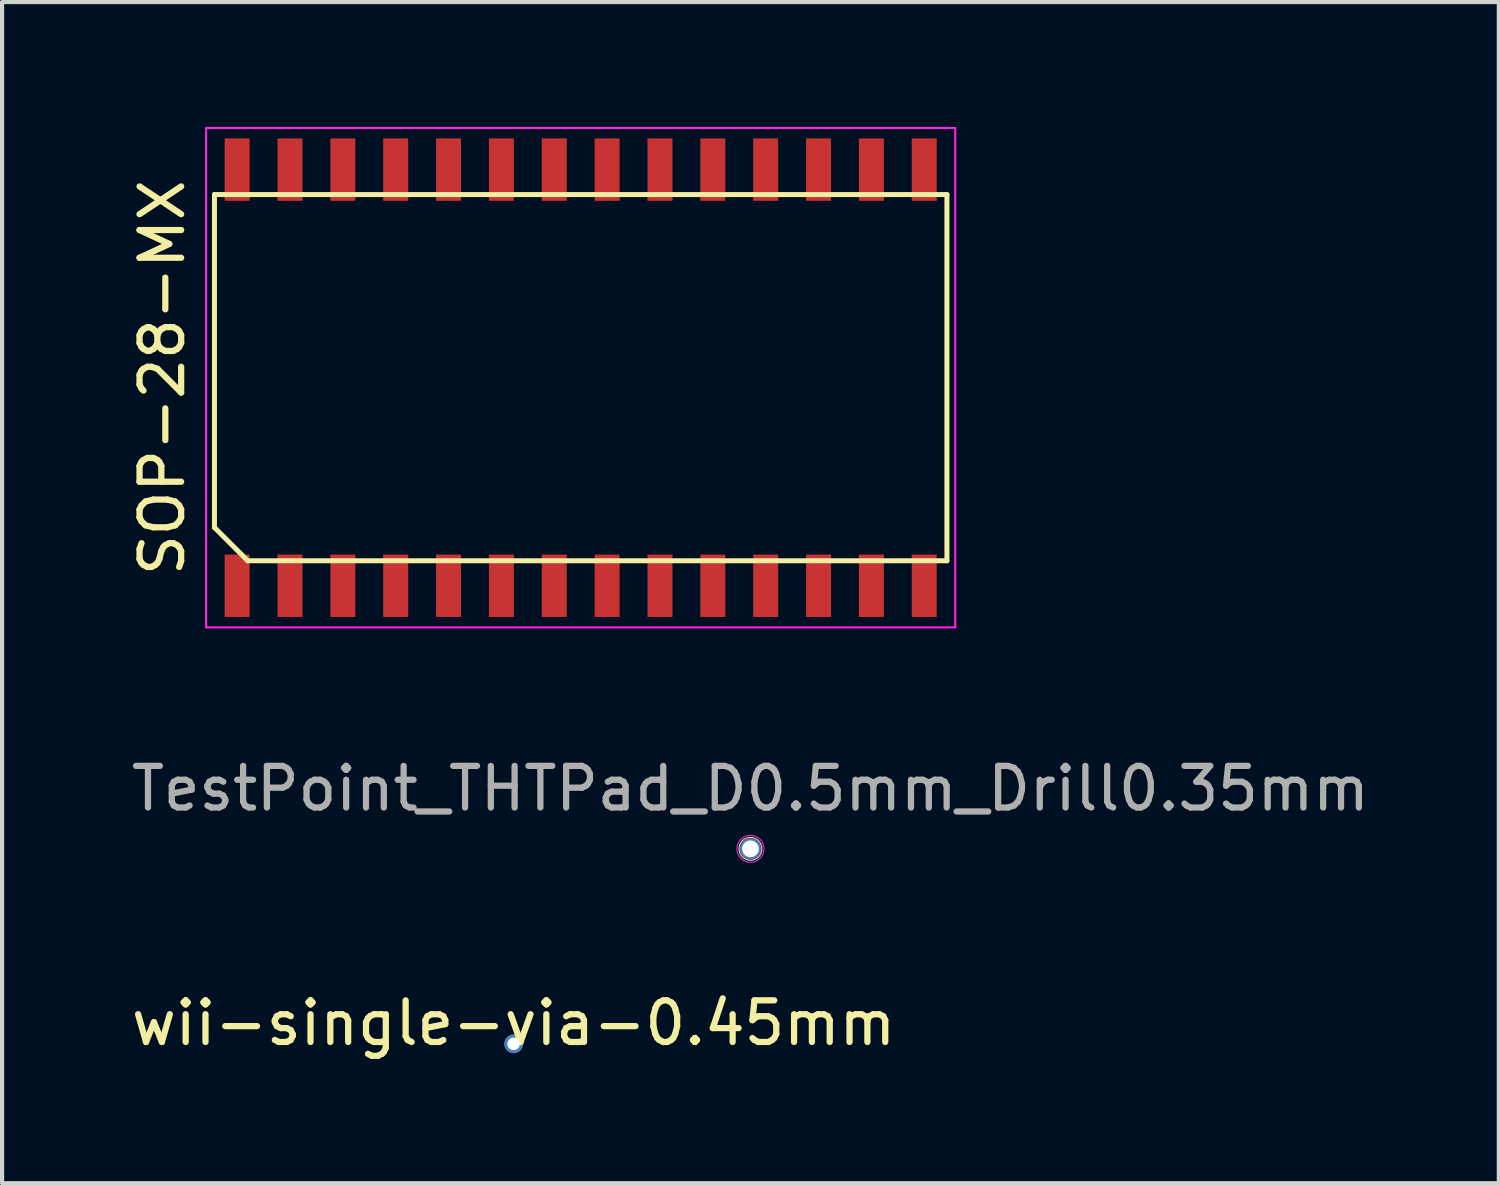
<source format=kicad_pcb>
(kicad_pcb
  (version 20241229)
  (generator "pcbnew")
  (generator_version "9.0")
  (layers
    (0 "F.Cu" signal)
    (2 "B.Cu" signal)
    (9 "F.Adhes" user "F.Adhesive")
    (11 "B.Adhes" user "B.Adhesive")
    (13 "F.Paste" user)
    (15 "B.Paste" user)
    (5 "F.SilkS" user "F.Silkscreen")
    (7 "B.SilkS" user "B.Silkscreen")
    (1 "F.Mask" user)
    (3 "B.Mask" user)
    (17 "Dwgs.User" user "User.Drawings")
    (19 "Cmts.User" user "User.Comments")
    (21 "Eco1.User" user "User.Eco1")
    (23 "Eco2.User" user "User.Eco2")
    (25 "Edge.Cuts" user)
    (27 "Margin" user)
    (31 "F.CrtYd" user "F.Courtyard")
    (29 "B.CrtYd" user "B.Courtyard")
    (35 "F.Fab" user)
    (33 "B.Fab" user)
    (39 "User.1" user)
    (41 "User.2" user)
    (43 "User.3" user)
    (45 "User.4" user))
  (footprint "wii-single-via-0.45mm"
    (layer "F.Cu")
    (at 9.292 22.032)
    (property "Reference" "wii-single-via-0.45mm" (at 0 -0.5 0) (unlocked yes) (layer "F.SilkS") (effects (font (size 1 1) (thickness 0.15))))
    (pad "1" thru_hole circle (at 0 0 270) (size 0.45 0.45) (drill 0.3) (layers "*.Cu" "*.Mask")))
  (footprint "SOP-28-MX"
    (layer "F.Cu")
    (at 10.903 6.025)
    (property "Reference" "SOP-28-MX" (at -10.055 0 90) (layer "F.SilkS") (effects (font (size 1 1) (thickness 0.15))))
    (attr smd)
    (fp_line (start -8.8 -4.4) (end 8.8 -4.4) (stroke (width 0.12) (type default)) (layer "F.SilkS"))
    (fp_line (start -8.8 3.6) (end -8.8 -4.4) (stroke (width 0.12) (type default)) (layer "F.SilkS"))
    (fp_line (start -8 4.4) (end -8.8 3.6) (stroke (width 0.12) (type default)) (layer "F.SilkS"))
    (fp_line (start 8.8 -4.4) (end 8.8 4.4) (stroke (width 0.12) (type default)) (layer "F.SilkS"))
    (fp_line (start 8.8 4.4) (end -8 4.4) (stroke (width 0.12) (type default)) (layer "F.SilkS"))
    (fp_line (start -9 -6) (end 9 -6) (stroke (width 0.05) (type default)) (layer "F.CrtYd"))
    (fp_line (start -9 6) (end -9 -6) (stroke (width 0.05) (type default)) (layer "F.CrtYd"))
    (fp_line (start 9 -6) (end 9 6) (stroke (width 0.05) (type default)) (layer "F.CrtYd"))
    (fp_line (start 9 6) (end -9 6) (stroke (width 0.05) (type default)) (layer "F.CrtYd"))
    (pad "1" smd rect (at -8.255 5) (size 0.6 1.5) (layers "F.Cu" "F.Mask" "F.Paste"))
    (pad "2" smd rect (at -6.985 5) (size 0.6 1.5) (layers "F.Cu" "F.Mask" "F.Paste"))
    (pad "3" smd rect (at -5.715 5) (size 0.6 1.5) (layers "F.Cu" "F.Mask" "F.Paste"))
    (pad "4" smd rect (at -4.445 5) (size 0.6 1.5) (layers "F.Cu" "F.Mask" "F.Paste"))
    (pad "5" smd rect (at -3.175 5) (size 0.6 1.5) (layers "F.Cu" "F.Mask" "F.Paste"))
    (pad "6" smd rect (at -1.905 5) (size 0.6 1.5) (layers "F.Cu" "F.Mask" "F.Paste"))
    (pad "7" smd rect (at -0.635 5) (size 0.6 1.5) (layers "F.Cu" "F.Mask" "F.Paste"))
    (pad "8" smd rect (at 0.635 5) (size 0.6 1.5) (layers "F.Cu" "F.Mask" "F.Paste"))
    (pad "9" smd rect (at 1.905 5) (size 0.6 1.5) (layers "F.Cu" "F.Mask" "F.Paste"))
    (pad "10" smd rect (at 3.175 5) (size 0.6 1.5) (layers "F.Cu" "F.Mask" "F.Paste"))
    (pad "11" smd rect (at 4.445 5) (size 0.6 1.5) (layers "F.Cu" "F.Mask" "F.Paste"))
    (pad "12" smd rect (at 5.715 5) (size 0.6 1.5) (layers "F.Cu" "F.Mask" "F.Paste"))
    (pad "13" smd rect (at 6.985 5) (size 0.6 1.5) (layers "F.Cu" "F.Mask" "F.Paste"))
    (pad "14" smd rect (at 8.255 5) (size 0.6 1.5) (layers "F.Cu" "F.Mask" "F.Paste"))
    (pad "15" smd rect (at 8.255 -5) (size 0.6 1.5) (layers "F.Cu" "F.Mask" "F.Paste"))
    (pad "16" smd rect (at 6.985 -5) (size 0.6 1.5) (layers "F.Cu" "F.Mask" "F.Paste"))
    (pad "17" smd rect (at 5.715 -5) (size 0.6 1.5) (layers "F.Cu" "F.Mask" "F.Paste"))
    (pad "18" smd rect (at 4.445 -5) (size 0.6 1.5) (layers "F.Cu" "F.Mask" "F.Paste"))
    (pad "19" smd rect (at 3.175 -5) (size 0.6 1.5) (layers "F.Cu" "F.Mask" "F.Paste"))
    (pad "20" smd rect (at 1.905 -5) (size 0.6 1.5) (layers "F.Cu" "F.Mask" "F.Paste"))
    (pad "21" smd rect (at 0.635 -5) (size 0.6 1.5) (layers "F.Cu" "F.Mask" "F.Paste"))
    (pad "22" smd rect (at -0.635 -5) (size 0.6 1.5) (layers "F.Cu" "F.Mask" "F.Paste"))
    (pad "23" smd rect (at -1.905 -5) (size 0.6 1.5) (layers "F.Cu" "F.Mask" "F.Paste"))
    (pad "24" smd rect (at -3.175 -5) (size 0.6 1.5) (layers "F.Cu" "F.Mask" "F.Paste"))
    (pad "25" smd rect (at -4.445 -5) (size 0.6 1.5) (layers "F.Cu" "F.Mask" "F.Paste"))
    (pad "26" smd rect (at -5.715 -5) (size 0.6 1.5) (layers "F.Cu" "F.Mask" "F.Paste"))
    (pad "27" smd rect (at -6.985 -5) (size 0.6 1.5) (layers "F.Cu" "F.Mask" "F.Paste"))
    (pad "28" smd rect (at -8.255 -5) (size 0.6 1.5) (layers "F.Cu" "F.Mask" "F.Paste")))
  (footprint "TestPoint_THTPad_D0.5mm_Drill0.35mm"
    (layer "F.Cu")
    (at 14.982 17.346)
    (property "Reference" "TestPoint_THTPad_D0.5mm_Drill0.35mm" (at 0 -1.448 0) (layer "F.Fab") (effects (font (size 1 1) (thickness 0.15))))
    (attr exclude_from_pos_files exclude_from_bom)
    (fp_circle (center 0 0) (end 0.275 0) (stroke (width 0.025) (type solid)) (fill no) (layer "F.SilkS"))
    (fp_circle (center 0 0) (end 0.325 0) (stroke (width 0.025) (type solid)) (fill no) (layer "F.CrtYd"))
    (pad "1" thru_hole circle (at 0 0) (size 0.5 0.5) (drill 0.4) (layers "*.Cu" "*.Mask")))
  (gr_rect
    (start -3 -3)
    (end 32.964 25.38)
    (stroke (width 0.1) (type default))
    (fill no)
    (layer "Edge.Cuts")))
</source>
